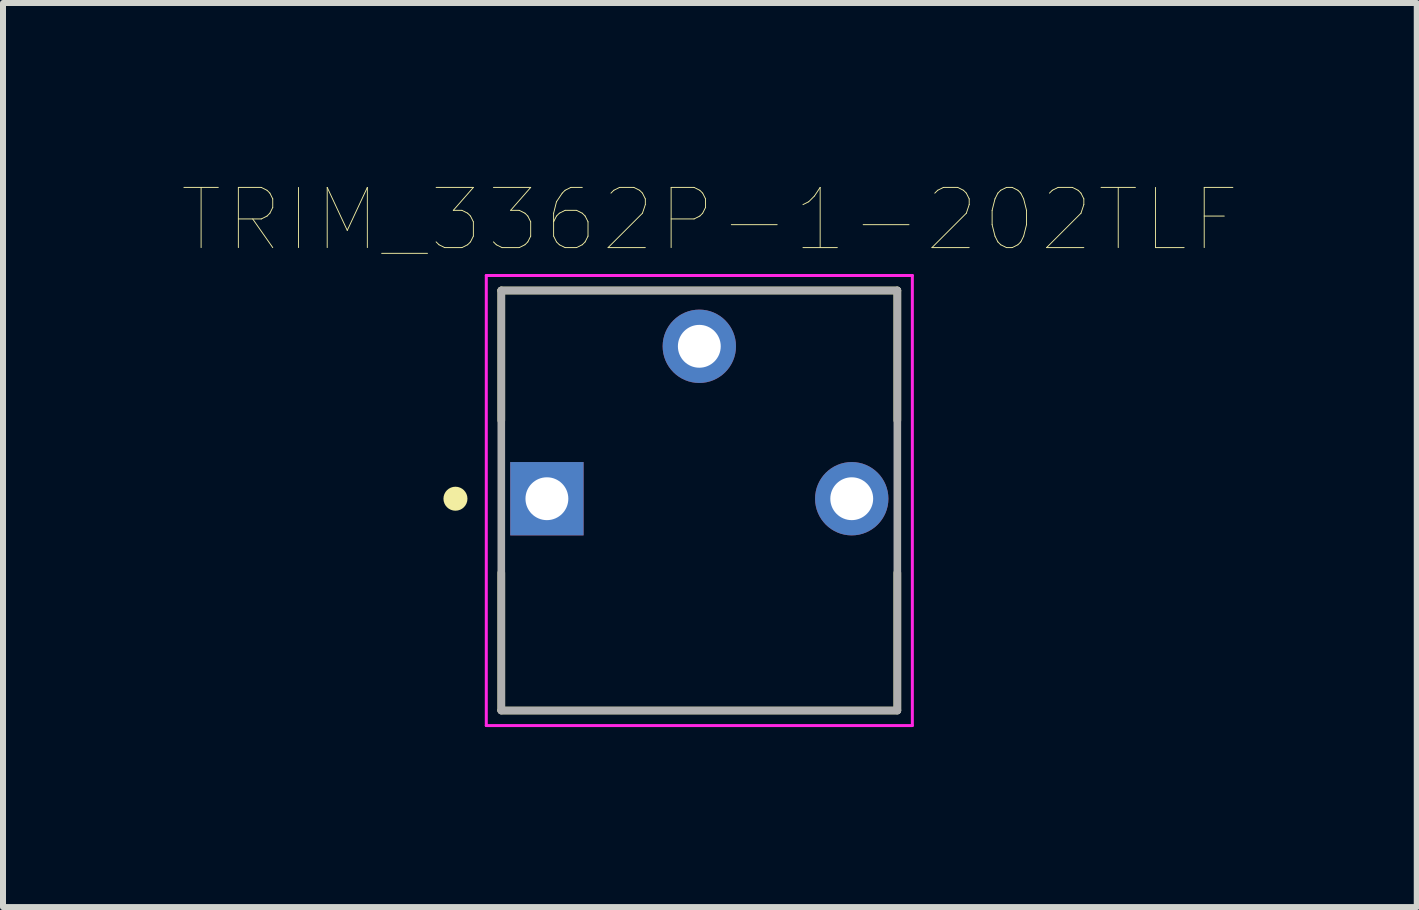
<source format=kicad_pcb>
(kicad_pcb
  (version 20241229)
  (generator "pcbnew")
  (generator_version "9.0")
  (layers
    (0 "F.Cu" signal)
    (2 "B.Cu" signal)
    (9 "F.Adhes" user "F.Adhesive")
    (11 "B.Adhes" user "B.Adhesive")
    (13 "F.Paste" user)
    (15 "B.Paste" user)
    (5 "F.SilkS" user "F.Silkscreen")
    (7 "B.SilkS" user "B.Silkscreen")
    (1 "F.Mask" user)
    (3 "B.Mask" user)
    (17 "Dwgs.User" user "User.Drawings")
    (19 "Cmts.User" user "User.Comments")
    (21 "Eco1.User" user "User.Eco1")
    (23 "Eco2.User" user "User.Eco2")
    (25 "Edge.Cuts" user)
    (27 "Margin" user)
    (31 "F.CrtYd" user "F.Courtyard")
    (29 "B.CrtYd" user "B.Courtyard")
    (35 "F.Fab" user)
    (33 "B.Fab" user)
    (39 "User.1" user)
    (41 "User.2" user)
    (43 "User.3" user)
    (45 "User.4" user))
  (footprint "TRIM_3362P-1-202TLF"
    (layer "F.Cu")
    (at 8.604 5.261)
    (property "Reference" "TRIM_3362P-1-202TLF" (at 0.175 -4.648 0) (layer "F.SilkS") (effects (font (size 1.003 1.003) (thickness 0.015))))
    (attr through_hole)
    (fp_line (start -3.3 -3.47) (end 3.3 -3.47) (stroke (width 0.127) (type solid)) (layer "F.SilkS"))
    (fp_line (start -3.3 -1.305) (end -3.3 -3.47) (stroke (width 0.127) (type solid)) (layer "F.SilkS"))
    (fp_line (start -3.3 3.52) (end -3.3 1.235) (stroke (width 0.127) (type solid)) (layer "F.SilkS"))
    (fp_line (start 3.3 -3.47) (end 3.3 -1.305) (stroke (width 0.127) (type solid)) (layer "F.SilkS"))
    (fp_line (start 3.3 1.235) (end 3.3 3.52) (stroke (width 0.127) (type solid)) (layer "F.SilkS"))
    (fp_line (start 3.3 3.53) (end -3.3 3.53) (stroke (width 0.127) (type solid)) (layer "F.SilkS"))
    (fp_circle (center -4.064 0) (end -3.964 0) (stroke (width 0.2) (type solid)) (fill no) (layer "F.SilkS"))
    (fp_line (start -3.55 -3.72) (end 3.55 -3.72) (stroke (width 0.05) (type solid)) (layer "F.CrtYd"))
    (fp_line (start -3.55 3.78) (end -3.55 -3.72) (stroke (width 0.05) (type solid)) (layer "F.CrtYd"))
    (fp_line (start 3.55 -3.72) (end 3.55 3.78) (stroke (width 0.05) (type solid)) (layer "F.CrtYd"))
    (fp_line (start 3.55 3.78) (end -3.55 3.78) (stroke (width 0.05) (type solid)) (layer "F.CrtYd"))
    (fp_line (start -3.3 -3.47) (end 3.3 -3.47) (stroke (width 0.127) (type solid)) (layer "F.Fab"))
    (fp_line (start -3.3 3.53) (end -3.3 -3.47) (stroke (width 0.127) (type solid)) (layer "F.Fab"))
    (fp_line (start 3.3 -3.47) (end 3.3 3.53) (stroke (width 0.127) (type solid)) (layer "F.Fab"))
    (fp_line (start 3.3 3.53) (end -3.3 3.53) (stroke (width 0.127) (type solid)) (layer "F.Fab"))
    (pad "1" thru_hole rect (at -2.54 0) (size 1.222 1.222) (drill 0.714) (layers "*.Cu" "*.Mask"))
    (pad "2" thru_hole circle (at 0 -2.54) (size 1.222 1.222) (drill 0.714) (layers "*.Cu" "*.Mask"))
    (pad "3" thru_hole circle (at 2.54 0) (size 1.222 1.222) (drill 0.714) (layers "*.Cu" "*.Mask")))
  (gr_rect
    (start -3 -3)
    (end 20.56 12.066)
    (stroke (width 0.1) (type default))
    (fill no)
    (layer "Edge.Cuts")))
</source>
